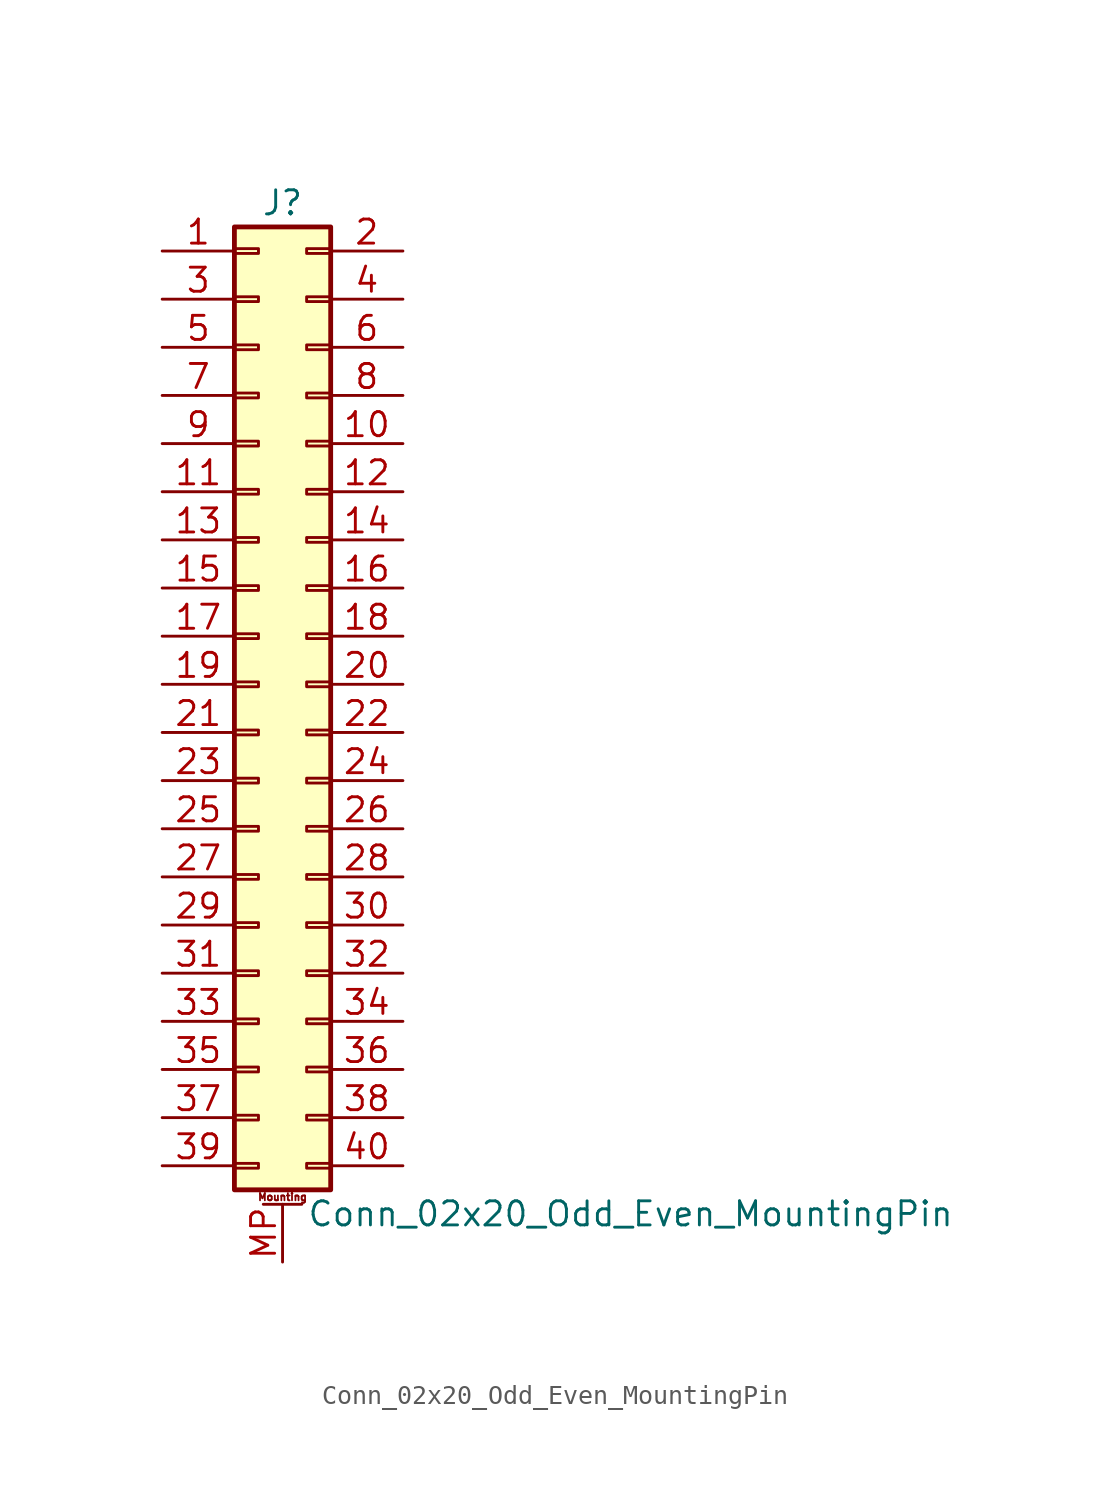
<source format=kicad_sym>
(kicad_symbol_lib
  (version 20220914)
  (generator kicad_symbol_editor)
  (symbol "Conn_02x20_Odd_Even_MountingPin"
    (pin_names
      (offset 1.016) hide)
    (property "Reference" "J"
      (at 1.27 25.4 0)
      (effects (font (size 1.27 1.27))))
    (property "Value" "Conn_02x20_Odd_Even_MountingPin"
      (at 2.54 -27.94 0)
      (effects (font (size 1.27 1.27)) (justify left)))
    (symbol "Conn_02x20_Odd_Even_MountingPin_1_1"
      (rectangle (start -1.27 -25.273) (end 0 -25.527) (stroke (width 0.152) (type default)) (fill (type none)))
      (rectangle (start -1.27 -22.733) (end 0 -22.987) (stroke (width 0.152) (type default)) (fill (type none)))
      (rectangle (start -1.27 -20.193) (end 0 -20.447) (stroke (width 0.152) (type default)) (fill (type none)))
      (rectangle (start -1.27 -17.653) (end 0 -17.907) (stroke (width 0.152) (type default)) (fill (type none)))
      (rectangle (start -1.27 -15.113) (end 0 -15.367) (stroke (width 0.152) (type default)) (fill (type none)))
      (rectangle (start -1.27 -12.573) (end 0 -12.827) (stroke (width 0.152) (type default)) (fill (type none)))
      (rectangle (start -1.27 -10.033) (end 0 -10.287) (stroke (width 0.152) (type default)) (fill (type none)))
      (rectangle (start -1.27 -7.493) (end 0 -7.747) (stroke (width 0.152) (type default)) (fill (type none)))
      (rectangle (start -1.27 -4.953) (end 0 -5.207) (stroke (width 0.152) (type default)) (fill (type none)))
      (rectangle (start -1.27 -2.413) (end 0 -2.667) (stroke (width 0.152) (type default)) (fill (type none)))
      (rectangle (start -1.27 0.127) (end 0 -0.127) (stroke (width 0.152) (type default)) (fill (type none)))
      (rectangle (start -1.27 2.667) (end 0 2.413) (stroke (width 0.152) (type default)) (fill (type none)))
      (rectangle (start -1.27 5.207) (end 0 4.953) (stroke (width 0.152) (type default)) (fill (type none)))
      (rectangle (start -1.27 7.747) (end 0 7.493) (stroke (width 0.152) (type default)) (fill (type none)))
      (rectangle (start -1.27 10.287) (end 0 10.033) (stroke (width 0.152) (type default)) (fill (type none)))
      (rectangle (start -1.27 12.827) (end 0 12.573) (stroke (width 0.152) (type default)) (fill (type none)))
      (rectangle (start -1.27 15.367) (end 0 15.113) (stroke (width 0.152) (type default)) (fill (type none)))
      (rectangle (start -1.27 17.907) (end 0 17.653) (stroke (width 0.152) (type default)) (fill (type none)))
      (rectangle (start -1.27 20.447) (end 0 20.193) (stroke (width 0.152) (type default)) (fill (type none)))
      (rectangle (start -1.27 22.987) (end 0 22.733) (stroke (width 0.152) (type default)) (fill (type none)))
      (rectangle (start -1.27 24.13) (end 3.81 -26.67) (stroke (width 0.254) (type default)) (fill (type background)))
      (polyline (pts (xy 0.254 -27.432) (xy 2.286 -27.432)) (stroke (width 0.152) (type default)) (fill (type none)))
      (rectangle (start 3.81 -25.273) (end 2.54 -25.527) (stroke (width 0.152) (type default)) (fill (type none)))
      (rectangle (start 3.81 -22.733) (end 2.54 -22.987) (stroke (width 0.152) (type default)) (fill (type none)))
      (rectangle (start 3.81 -20.193) (end 2.54 -20.447) (stroke (width 0.152) (type default)) (fill (type none)))
      (rectangle (start 3.81 -17.653) (end 2.54 -17.907) (stroke (width 0.152) (type default)) (fill (type none)))
      (rectangle (start 3.81 -15.113) (end 2.54 -15.367) (stroke (width 0.152) (type default)) (fill (type none)))
      (rectangle (start 3.81 -12.573) (end 2.54 -12.827) (stroke (width 0.152) (type default)) (fill (type none)))
      (rectangle (start 3.81 -10.033) (end 2.54 -10.287) (stroke (width 0.152) (type default)) (fill (type none)))
      (rectangle (start 3.81 -7.493) (end 2.54 -7.747) (stroke (width 0.152) (type default)) (fill (type none)))
      (rectangle (start 3.81 -4.953) (end 2.54 -5.207) (stroke (width 0.152) (type default)) (fill (type none)))
      (rectangle (start 3.81 -2.413) (end 2.54 -2.667) (stroke (width 0.152) (type default)) (fill (type none)))
      (rectangle (start 3.81 0.127) (end 2.54 -0.127) (stroke (width 0.152) (type default)) (fill (type none)))
      (rectangle (start 3.81 2.667) (end 2.54 2.413) (stroke (width 0.152) (type default)) (fill (type none)))
      (rectangle (start 3.81 5.207) (end 2.54 4.953) (stroke (width 0.152) (type default)) (fill (type none)))
      (rectangle (start 3.81 7.747) (end 2.54 7.493) (stroke (width 0.152) (type default)) (fill (type none)))
      (rectangle (start 3.81 10.287) (end 2.54 10.033) (stroke (width 0.152) (type default)) (fill (type none)))
      (rectangle (start 3.81 12.827) (end 2.54 12.573) (stroke (width 0.152) (type default)) (fill (type none)))
      (rectangle (start 3.81 15.367) (end 2.54 15.113) (stroke (width 0.152) (type default)) (fill (type none)))
      (rectangle (start 3.81 17.907) (end 2.54 17.653) (stroke (width 0.152) (type default)) (fill (type none)))
      (rectangle (start 3.81 20.447) (end 2.54 20.193) (stroke (width 0.152) (type default)) (fill (type none)))
      (rectangle (start 3.81 22.987) (end 2.54 22.733) (stroke (width 0.152) (type default)) (fill (type none)))
      (text "Mounting" (at 1.27 -27.051 0) (effects (font (size 0.381 0.381))))
      (pin passive line (at -5.08 22.86 0) (length 3.81) (name "Pin_1" (effects (font (size 1.27 1.27)))) (number "1" (effects (font (size 1.27 1.27)))))
      (pin passive line (at 7.62 12.7 180) (length 3.81) (name "Pin_10" (effects (font (size 1.27 1.27)))) (number "10" (effects (font (size 1.27 1.27)))))
      (pin passive line (at -5.08 10.16 0) (length 3.81) (name "Pin_11" (effects (font (size 1.27 1.27)))) (number "11" (effects (font (size 1.27 1.27)))))
      (pin passive line (at 7.62 10.16 180) (length 3.81) (name "Pin_12" (effects (font (size 1.27 1.27)))) (number "12" (effects (font (size 1.27 1.27)))))
      (pin passive line (at -5.08 7.62 0) (length 3.81) (name "Pin_13" (effects (font (size 1.27 1.27)))) (number "13" (effects (font (size 1.27 1.27)))))
      (pin passive line (at 7.62 7.62 180) (length 3.81) (name "Pin_14" (effects (font (size 1.27 1.27)))) (number "14" (effects (font (size 1.27 1.27)))))
      (pin passive line (at -5.08 5.08 0) (length 3.81) (name "Pin_15" (effects (font (size 1.27 1.27)))) (number "15" (effects (font (size 1.27 1.27)))))
      (pin passive line (at 7.62 5.08 180) (length 3.81) (name "Pin_16" (effects (font (size 1.27 1.27)))) (number "16" (effects (font (size 1.27 1.27)))))
      (pin passive line (at -5.08 2.54 0) (length 3.81) (name "Pin_17" (effects (font (size 1.27 1.27)))) (number "17" (effects (font (size 1.27 1.27)))))
      (pin passive line (at 7.62 2.54 180) (length 3.81) (name "Pin_18" (effects (font (size 1.27 1.27)))) (number "18" (effects (font (size 1.27 1.27)))))
      (pin passive line (at -5.08 0 0) (length 3.81) (name "Pin_19" (effects (font (size 1.27 1.27)))) (number "19" (effects (font (size 1.27 1.27)))))
      (pin passive line (at 7.62 22.86 180) (length 3.81) (name "Pin_2" (effects (font (size 1.27 1.27)))) (number "2" (effects (font (size 1.27 1.27)))))
      (pin passive line (at 7.62 0 180) (length 3.81) (name "Pin_20" (effects (font (size 1.27 1.27)))) (number "20" (effects (font (size 1.27 1.27)))))
      (pin passive line (at -5.08 -2.54 0) (length 3.81) (name "Pin_21" (effects (font (size 1.27 1.27)))) (number "21" (effects (font (size 1.27 1.27)))))
      (pin passive line (at 7.62 -2.54 180) (length 3.81) (name "Pin_22" (effects (font (size 1.27 1.27)))) (number "22" (effects (font (size 1.27 1.27)))))
      (pin passive line (at -5.08 -5.08 0) (length 3.81) (name "Pin_23" (effects (font (size 1.27 1.27)))) (number "23" (effects (font (size 1.27 1.27)))))
      (pin passive line (at 7.62 -5.08 180) (length 3.81) (name "Pin_24" (effects (font (size 1.27 1.27)))) (number "24" (effects (font (size 1.27 1.27)))))
      (pin passive line (at -5.08 -7.62 0) (length 3.81) (name "Pin_25" (effects (font (size 1.27 1.27)))) (number "25" (effects (font (size 1.27 1.27)))))
      (pin passive line (at 7.62 -7.62 180) (length 3.81) (name "Pin_26" (effects (font (size 1.27 1.27)))) (number "26" (effects (font (size 1.27 1.27)))))
      (pin passive line (at -5.08 -10.16 0) (length 3.81) (name "Pin_27" (effects (font (size 1.27 1.27)))) (number "27" (effects (font (size 1.27 1.27)))))
      (pin passive line (at 7.62 -10.16 180) (length 3.81) (name "Pin_28" (effects (font (size 1.27 1.27)))) (number "28" (effects (font (size 1.27 1.27)))))
      (pin passive line (at -5.08 -12.7 0) (length 3.81) (name "Pin_29" (effects (font (size 1.27 1.27)))) (number "29" (effects (font (size 1.27 1.27)))))
      (pin passive line (at -5.08 20.32 0) (length 3.81) (name "Pin_3" (effects (font (size 1.27 1.27)))) (number "3" (effects (font (size 1.27 1.27)))))
      (pin passive line (at 7.62 -12.7 180) (length 3.81) (name "Pin_30" (effects (font (size 1.27 1.27)))) (number "30" (effects (font (size 1.27 1.27)))))
      (pin passive line (at -5.08 -15.24 0) (length 3.81) (name "Pin_31" (effects (font (size 1.27 1.27)))) (number "31" (effects (font (size 1.27 1.27)))))
      (pin passive line (at 7.62 -15.24 180) (length 3.81) (name "Pin_32" (effects (font (size 1.27 1.27)))) (number "32" (effects (font (size 1.27 1.27)))))
      (pin passive line (at -5.08 -17.78 0) (length 3.81) (name "Pin_33" (effects (font (size 1.27 1.27)))) (number "33" (effects (font (size 1.27 1.27)))))
      (pin passive line (at 7.62 -17.78 180) (length 3.81) (name "Pin_34" (effects (font (size 1.27 1.27)))) (number "34" (effects (font (size 1.27 1.27)))))
      (pin passive line (at -5.08 -20.32 0) (length 3.81) (name "Pin_35" (effects (font (size 1.27 1.27)))) (number "35" (effects (font (size 1.27 1.27)))))
      (pin passive line (at 7.62 -20.32 180) (length 3.81) (name "Pin_36" (effects (font (size 1.27 1.27)))) (number "36" (effects (font (size 1.27 1.27)))))
      (pin passive line (at -5.08 -22.86 0) (length 3.81) (name "Pin_37" (effects (font (size 1.27 1.27)))) (number "37" (effects (font (size 1.27 1.27)))))
      (pin passive line (at 7.62 -22.86 180) (length 3.81) (name "Pin_38" (effects (font (size 1.27 1.27)))) (number "38" (effects (font (size 1.27 1.27)))))
      (pin passive line (at -5.08 -25.4 0) (length 3.81) (name "Pin_39" (effects (font (size 1.27 1.27)))) (number "39" (effects (font (size 1.27 1.27)))))
      (pin passive line (at 7.62 20.32 180) (length 3.81) (name "Pin_4" (effects (font (size 1.27 1.27)))) (number "4" (effects (font (size 1.27 1.27)))))
      (pin passive line (at 7.62 -25.4 180) (length 3.81) (name "Pin_40" (effects (font (size 1.27 1.27)))) (number "40" (effects (font (size 1.27 1.27)))))
      (pin passive line (at -5.08 17.78 0) (length 3.81) (name "Pin_5" (effects (font (size 1.27 1.27)))) (number "5" (effects (font (size 1.27 1.27)))))
      (pin passive line (at 7.62 17.78 180) (length 3.81) (name "Pin_6" (effects (font (size 1.27 1.27)))) (number "6" (effects (font (size 1.27 1.27)))))
      (pin passive line (at -5.08 15.24 0) (length 3.81) (name "Pin_7" (effects (font (size 1.27 1.27)))) (number "7" (effects (font (size 1.27 1.27)))))
      (pin passive line (at 7.62 15.24 180) (length 3.81) (name "Pin_8" (effects (font (size 1.27 1.27)))) (number "8" (effects (font (size 1.27 1.27)))))
      (pin passive line (at -5.08 12.7 0) (length 3.81) (name "Pin_9" (effects (font (size 1.27 1.27)))) (number "9" (effects (font (size 1.27 1.27)))))
      (pin passive line (at 1.27 -30.48 90) (length 3.048) (name "MountPin" (effects (font (size 1.27 1.27)))) (number "MP" (effects (font (size 1.27 1.27))))))))
</source>
